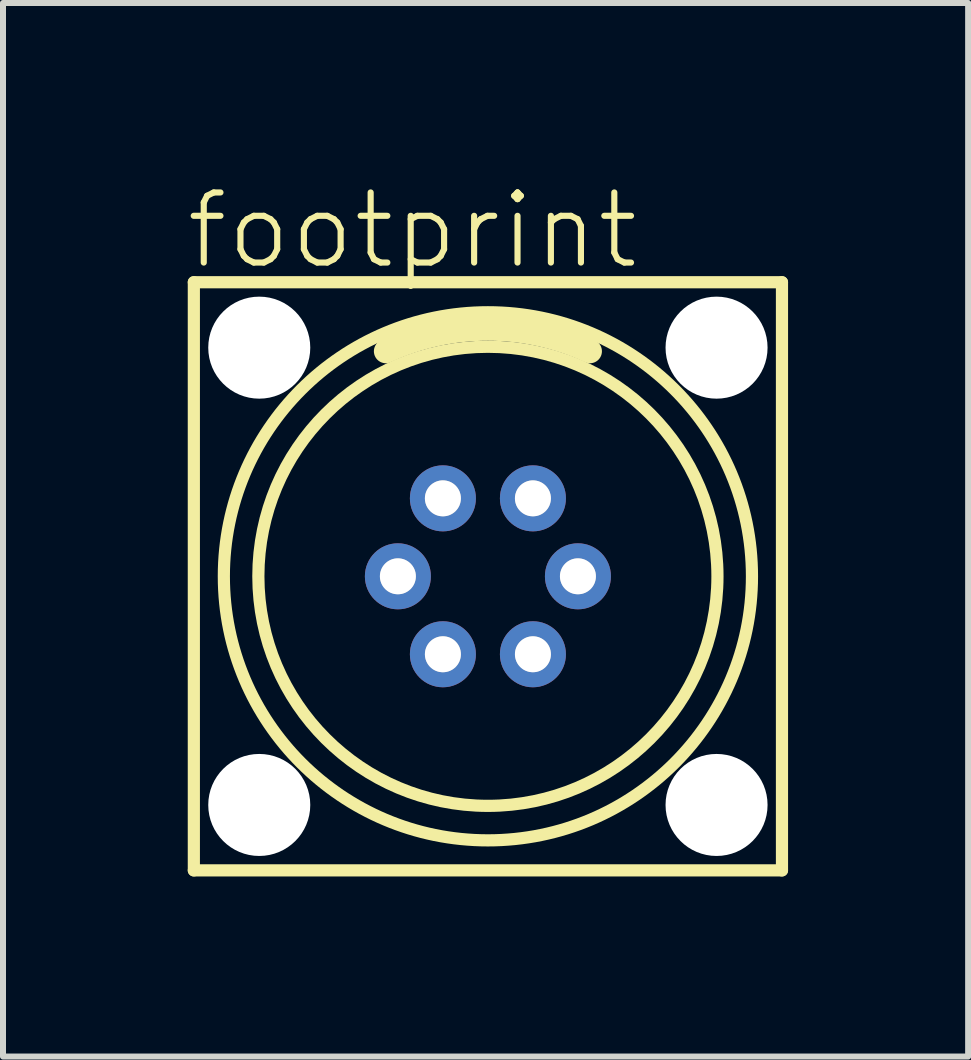
<source format=kicad_pcb>
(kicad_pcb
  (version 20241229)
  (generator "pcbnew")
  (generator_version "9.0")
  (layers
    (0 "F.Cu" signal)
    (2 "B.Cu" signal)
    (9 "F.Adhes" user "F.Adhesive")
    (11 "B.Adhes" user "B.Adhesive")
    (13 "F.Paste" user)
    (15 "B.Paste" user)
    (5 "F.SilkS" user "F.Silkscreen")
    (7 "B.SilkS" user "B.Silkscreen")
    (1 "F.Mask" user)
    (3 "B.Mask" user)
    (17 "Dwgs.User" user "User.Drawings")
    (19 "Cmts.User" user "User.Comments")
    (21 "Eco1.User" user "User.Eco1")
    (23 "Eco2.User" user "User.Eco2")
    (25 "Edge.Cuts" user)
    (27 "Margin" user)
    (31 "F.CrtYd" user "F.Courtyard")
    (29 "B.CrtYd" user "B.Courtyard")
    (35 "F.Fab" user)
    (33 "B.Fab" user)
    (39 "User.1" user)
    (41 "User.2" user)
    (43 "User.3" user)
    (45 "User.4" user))
  (footprint "footprint"
    (layer "F.Cu")
    (at 5.08 6.553)
    (property "Reference" "footprint" (at -5.08 -5.08 0) (layer "F.SilkS") (effects (font (size 1.168 1.168) (thickness 0.102)) (justify left bottom)))
    (fp_line (start -4.9 -4.9) (end 4.9 -4.9) (stroke (width 0.203) (type solid)) (layer "F.SilkS"))
    (fp_line (start -4.9 4.9) (end -4.9 -4.9) (stroke (width 0.203) (type solid)) (layer "F.SilkS"))
    (fp_line (start 4.9 -4.9) (end 4.9 4.9) (stroke (width 0.203) (type solid)) (layer "F.SilkS"))
    (fp_line (start 4.9 4.9) (end -4.9 4.9) (stroke (width 0.203) (type solid)) (layer "F.SilkS"))
    (fp_arc (start -1.7 -3.75) (mid 0 -4.125003) (end 1.7 -3.75) (stroke (width 0.4) (type solid)) (layer "F.SilkS"))
    (fp_circle (center 0 0) (end 3.825 0) (stroke (width 0.203) (type solid)) (fill no) (layer "F.SilkS"))
    (fp_circle (center 0 0) (end 4.4 0) (stroke (width 0.203) (type solid)) (fill no) (layer "F.SilkS"))
    (fp_circle (center -1.5 0) (end -1.302 0) (stroke (width 0.203) (type solid)) (fill no) (layer "F.Fab"))
    (fp_circle (center -0.75 -1.299) (end -0.551 -1.299) (stroke (width 0.203) (type solid)) (fill no) (layer "F.Fab"))
    (fp_circle (center -0.75 1.299) (end -0.551 1.299) (stroke (width 0.203) (type solid)) (fill no) (layer "F.Fab"))
    (fp_circle (center 0.75 -1.299) (end 0.948 -1.299) (stroke (width 0.203) (type solid)) (fill no) (layer "F.Fab"))
    (fp_circle (center 0.75 1.299) (end 0.948 1.299) (stroke (width 0.203) (type solid)) (fill no) (layer "F.Fab"))
    (fp_circle (center 1.5 0) (end 1.698 0) (stroke (width 0.203) (type solid)) (fill no) (layer "F.Fab"))
    (pad "" np_thru_hole circle (at -3.81 -3.81) (size 1.7 1.7) (drill 1.7) (layers "*.Cu" "*.Mask"))
    (pad "" np_thru_hole circle (at -3.81 3.81) (size 1.7 1.7) (drill 1.7) (layers "*.Cu" "*.Mask"))
    (pad "" np_thru_hole circle (at 3.81 -3.81) (size 1.7 1.7) (drill 1.7) (layers "*.Cu" "*.Mask"))
    (pad "" np_thru_hole circle (at 3.81 3.81) (size 1.7 1.7) (drill 1.7) (layers "*.Cu" "*.Mask"))
    (pad "1" thru_hole circle (at -0.75 -1.299 120) (size 1.1 1.1) (drill 0.6) (layers "*.Cu" "*.Mask"))
    (pad "2" thru_hole circle (at -1.5 0 120) (size 1.1 1.1) (drill 0.6) (layers "*.Cu" "*.Mask"))
    (pad "3" thru_hole circle (at -0.75 1.299 120) (size 1.1 1.1) (drill 0.6) (layers "*.Cu" "*.Mask"))
    (pad "4" thru_hole circle (at 0.75 1.299 120) (size 1.1 1.1) (drill 0.6) (layers "*.Cu" "*.Mask"))
    (pad "5" thru_hole circle (at 1.5 0 120) (size 1.1 1.1) (drill 0.6) (layers "*.Cu" "*.Mask"))
    (pad "6" thru_hole circle (at 0.75 -1.299 120) (size 1.1 1.1) (drill 0.6) (layers "*.Cu" "*.Mask")))
  (gr_rect
    (start -3 -3)
    (end 13.082 14.555)
    (stroke (width 0.1) (type default))
    (fill no)
    (layer "Edge.Cuts")))
</source>
